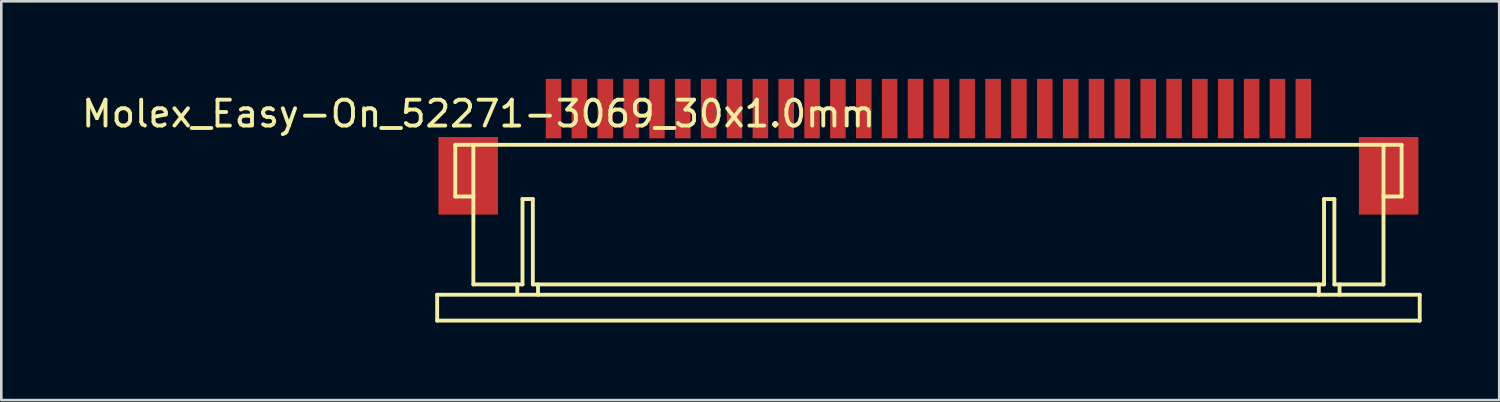
<source format=kicad_pcb>
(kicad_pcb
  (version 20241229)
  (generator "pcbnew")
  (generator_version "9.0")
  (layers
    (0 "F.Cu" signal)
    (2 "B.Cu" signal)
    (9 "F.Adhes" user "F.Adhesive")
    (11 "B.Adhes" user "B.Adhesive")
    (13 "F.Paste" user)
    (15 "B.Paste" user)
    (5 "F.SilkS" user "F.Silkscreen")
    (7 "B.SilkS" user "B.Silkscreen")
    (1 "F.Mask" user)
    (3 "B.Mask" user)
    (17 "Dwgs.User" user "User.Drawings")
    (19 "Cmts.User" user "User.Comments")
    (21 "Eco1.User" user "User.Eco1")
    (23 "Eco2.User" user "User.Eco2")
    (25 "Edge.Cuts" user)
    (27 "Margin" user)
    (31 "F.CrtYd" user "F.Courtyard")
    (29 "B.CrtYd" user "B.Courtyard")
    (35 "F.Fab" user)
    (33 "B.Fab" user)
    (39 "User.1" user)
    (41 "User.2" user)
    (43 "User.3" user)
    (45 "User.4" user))
  (footprint "Molex_Easy-On_52271-3069_30x1.0mm"
    (layer "F.Cu")
    (at 32.858 1.15)
    (property "Reference" "Molex_Easy-On_52271-3069_30x1.0mm" (at -17.4 0.2 0) (layer "F.SilkS") (effects (font (size 1 1) (thickness 0.15))))
    (attr through_hole)
    (fp_line (start -19 7.2) (end 19 7.2) (stroke (width 0.15) (type solid)) (layer "F.SilkS"))
    (fp_line (start -19 8.2) (end -19 7.2) (stroke (width 0.15) (type solid)) (layer "F.SilkS"))
    (fp_line (start -18.3 1.4) (end -18.3 3.4) (stroke (width 0.15) (type solid)) (layer "F.SilkS"))
    (fp_line (start -18.3 3.4) (end -17.6 3.4) (stroke (width 0.15) (type solid)) (layer "F.SilkS"))
    (fp_line (start -17.6 1.4) (end -18.3 1.4) (stroke (width 0.15) (type solid)) (layer "F.SilkS"))
    (fp_line (start -17.6 1.4) (end -17.6 6.8) (stroke (width 0.15) (type solid)) (layer "F.SilkS"))
    (fp_line (start -17.6 6.8) (end -15.7 6.8) (stroke (width 0.15) (type solid)) (layer "F.SilkS"))
    (fp_line (start -15.9 6.8) (end -15.9 7.1) (stroke (width 0.15) (type solid)) (layer "F.SilkS"))
    (fp_line (start -15.7 3.5) (end -15.7 6.8) (stroke (width 0.15) (type solid)) (layer "F.SilkS"))
    (fp_line (start -15.7 3.5) (end -15.3 3.5) (stroke (width 0.15) (type solid)) (layer "F.SilkS"))
    (fp_line (start -15.3 3.5) (end -15.3 6.8) (stroke (width 0.15) (type solid)) (layer "F.SilkS"))
    (fp_line (start -15.1 6.8) (end -15.1 7.2) (stroke (width 0.15) (type solid)) (layer "F.SilkS"))
    (fp_line (start 15.1 6.8) (end 15.1 7.2) (stroke (width 0.15) (type solid)) (layer "F.SilkS"))
    (fp_line (start 15.3 3.5) (end 15.7 3.5) (stroke (width 0.15) (type solid)) (layer "F.SilkS"))
    (fp_line (start 15.3 6.8) (end -15.3 6.8) (stroke (width 0.15) (type solid)) (layer "F.SilkS"))
    (fp_line (start 15.3 6.8) (end 15.3 3.5) (stroke (width 0.15) (type solid)) (layer "F.SilkS"))
    (fp_line (start 15.7 3.5) (end 15.7 6.8) (stroke (width 0.15) (type solid)) (layer "F.SilkS"))
    (fp_line (start 15.7 6.8) (end 17.6 6.8) (stroke (width 0.15) (type solid)) (layer "F.SilkS"))
    (fp_line (start 15.9 6.8) (end 15.9 7.2) (stroke (width 0.15) (type solid)) (layer "F.SilkS"))
    (fp_line (start 17.6 1.4) (end -17.6 1.4) (stroke (width 0.15) (type solid)) (layer "F.SilkS"))
    (fp_line (start 17.6 1.4) (end 18.3 1.4) (stroke (width 0.15) (type solid)) (layer "F.SilkS"))
    (fp_line (start 17.6 6.8) (end 17.6 1.4) (stroke (width 0.15) (type solid)) (layer "F.SilkS"))
    (fp_line (start 18.3 1.4) (end 18.3 3.4) (stroke (width 0.15) (type solid)) (layer "F.SilkS"))
    (fp_line (start 18.3 3.4) (end 17.6 3.4) (stroke (width 0.15) (type solid)) (layer "F.SilkS"))
    (fp_line (start 19 7.2) (end 19 8.2) (stroke (width 0.15) (type solid)) (layer "F.SilkS"))
    (fp_line (start 19 8.2) (end -19 8.2) (stroke (width 0.15) (type solid)) (layer "F.SilkS"))
    (pad "1" smd rect (at -14.5 0) (size 0.6 2.3) (layers "F.Cu" "F.Mask" "F.Paste"))
    (pad "2" smd rect (at -13.5 0) (size 0.6 2.3) (layers "F.Cu" "F.Mask" "F.Paste"))
    (pad "3" smd rect (at -12.5 0) (size 0.6 2.3) (layers "F.Cu" "F.Mask" "F.Paste"))
    (pad "4" smd rect (at -11.5 0) (size 0.6 2.3) (layers "F.Cu" "F.Mask" "F.Paste"))
    (pad "5" smd rect (at -10.5 0) (size 0.6 2.3) (layers "F.Cu" "F.Mask" "F.Paste"))
    (pad "6" smd rect (at -9.5 0) (size 0.6 2.3) (layers "F.Cu" "F.Mask" "F.Paste"))
    (pad "7" smd rect (at -8.5 0) (size 0.6 2.3) (layers "F.Cu" "F.Mask" "F.Paste"))
    (pad "8" smd rect (at -7.5 0) (size 0.6 2.3) (layers "F.Cu" "F.Mask" "F.Paste"))
    (pad "9" smd rect (at -6.5 0) (size 0.6 2.3) (layers "F.Cu" "F.Mask" "F.Paste"))
    (pad "10" smd rect (at -5.5 0) (size 0.6 2.3) (layers "F.Cu" "F.Mask" "F.Paste"))
    (pad "11" smd rect (at -4.5 0) (size 0.6 2.3) (layers "F.Cu" "F.Mask" "F.Paste"))
    (pad "12" smd rect (at -3.5 0) (size 0.6 2.3) (layers "F.Cu" "F.Mask" "F.Paste"))
    (pad "13" smd rect (at -2.5 0) (size 0.6 2.3) (layers "F.Cu" "F.Mask" "F.Paste"))
    (pad "14" smd rect (at -1.5 0) (size 0.6 2.3) (layers "F.Cu" "F.Mask" "F.Paste"))
    (pad "15" smd rect (at -0.5 0) (size 0.6 2.3) (layers "F.Cu" "F.Mask" "F.Paste"))
    (pad "16" smd rect (at 0.5 0) (size 0.6 2.3) (layers "F.Cu" "F.Mask" "F.Paste"))
    (pad "17" smd rect (at 1.5 0) (size 0.6 2.3) (layers "F.Cu" "F.Mask" "F.Paste"))
    (pad "18" smd rect (at 2.5 0) (size 0.6 2.3) (layers "F.Cu" "F.Mask" "F.Paste"))
    (pad "19" smd rect (at 3.5 0) (size 0.6 2.3) (layers "F.Cu" "F.Mask" "F.Paste"))
    (pad "20" smd rect (at 4.5 0) (size 0.6 2.3) (layers "F.Cu" "F.Mask" "F.Paste"))
    (pad "21" smd rect (at 5.5 0) (size 0.6 2.3) (layers "F.Cu" "F.Mask" "F.Paste"))
    (pad "22" smd rect (at 6.5 0) (size 0.6 2.3) (layers "F.Cu" "F.Mask" "F.Paste"))
    (pad "23" smd rect (at 7.5 0) (size 0.6 2.3) (layers "F.Cu" "F.Mask" "F.Paste"))
    (pad "24" smd rect (at 8.5 0) (size 0.6 2.3) (layers "F.Cu" "F.Mask" "F.Paste"))
    (pad "25" smd rect (at 9.5 0) (size 0.6 2.3) (layers "F.Cu" "F.Mask" "F.Paste"))
    (pad "26" smd rect (at 10.5 0) (size 0.6 2.3) (layers "F.Cu" "F.Mask" "F.Paste"))
    (pad "27" smd rect (at 11.5 0) (size 0.6 2.3) (layers "F.Cu" "F.Mask" "F.Paste"))
    (pad "28" smd rect (at 12.5 0) (size 0.6 2.3) (layers "F.Cu" "F.Mask" "F.Paste"))
    (pad "29" smd rect (at 13.5 0) (size 0.6 2.3) (layers "F.Cu" "F.Mask" "F.Paste"))
    (pad "30" smd rect (at 14.5 0) (size 0.6 2.3) (layers "F.Cu" "F.Mask" "F.Paste"))
    (pad "G" smd rect (at -17.8 2.6) (size 2.3 3) (layers "F.Cu" "F.Mask" "F.Paste"))
    (pad "G" smd rect (at 17.8 2.6) (size 2.3 3) (layers "F.Cu" "F.Mask" "F.Paste")))
  (gr_rect
    (start -3 -3)
    (end 54.933 12.425)
    (stroke (width 0.1) (type default))
    (fill no)
    (layer "Edge.Cuts")))
</source>
